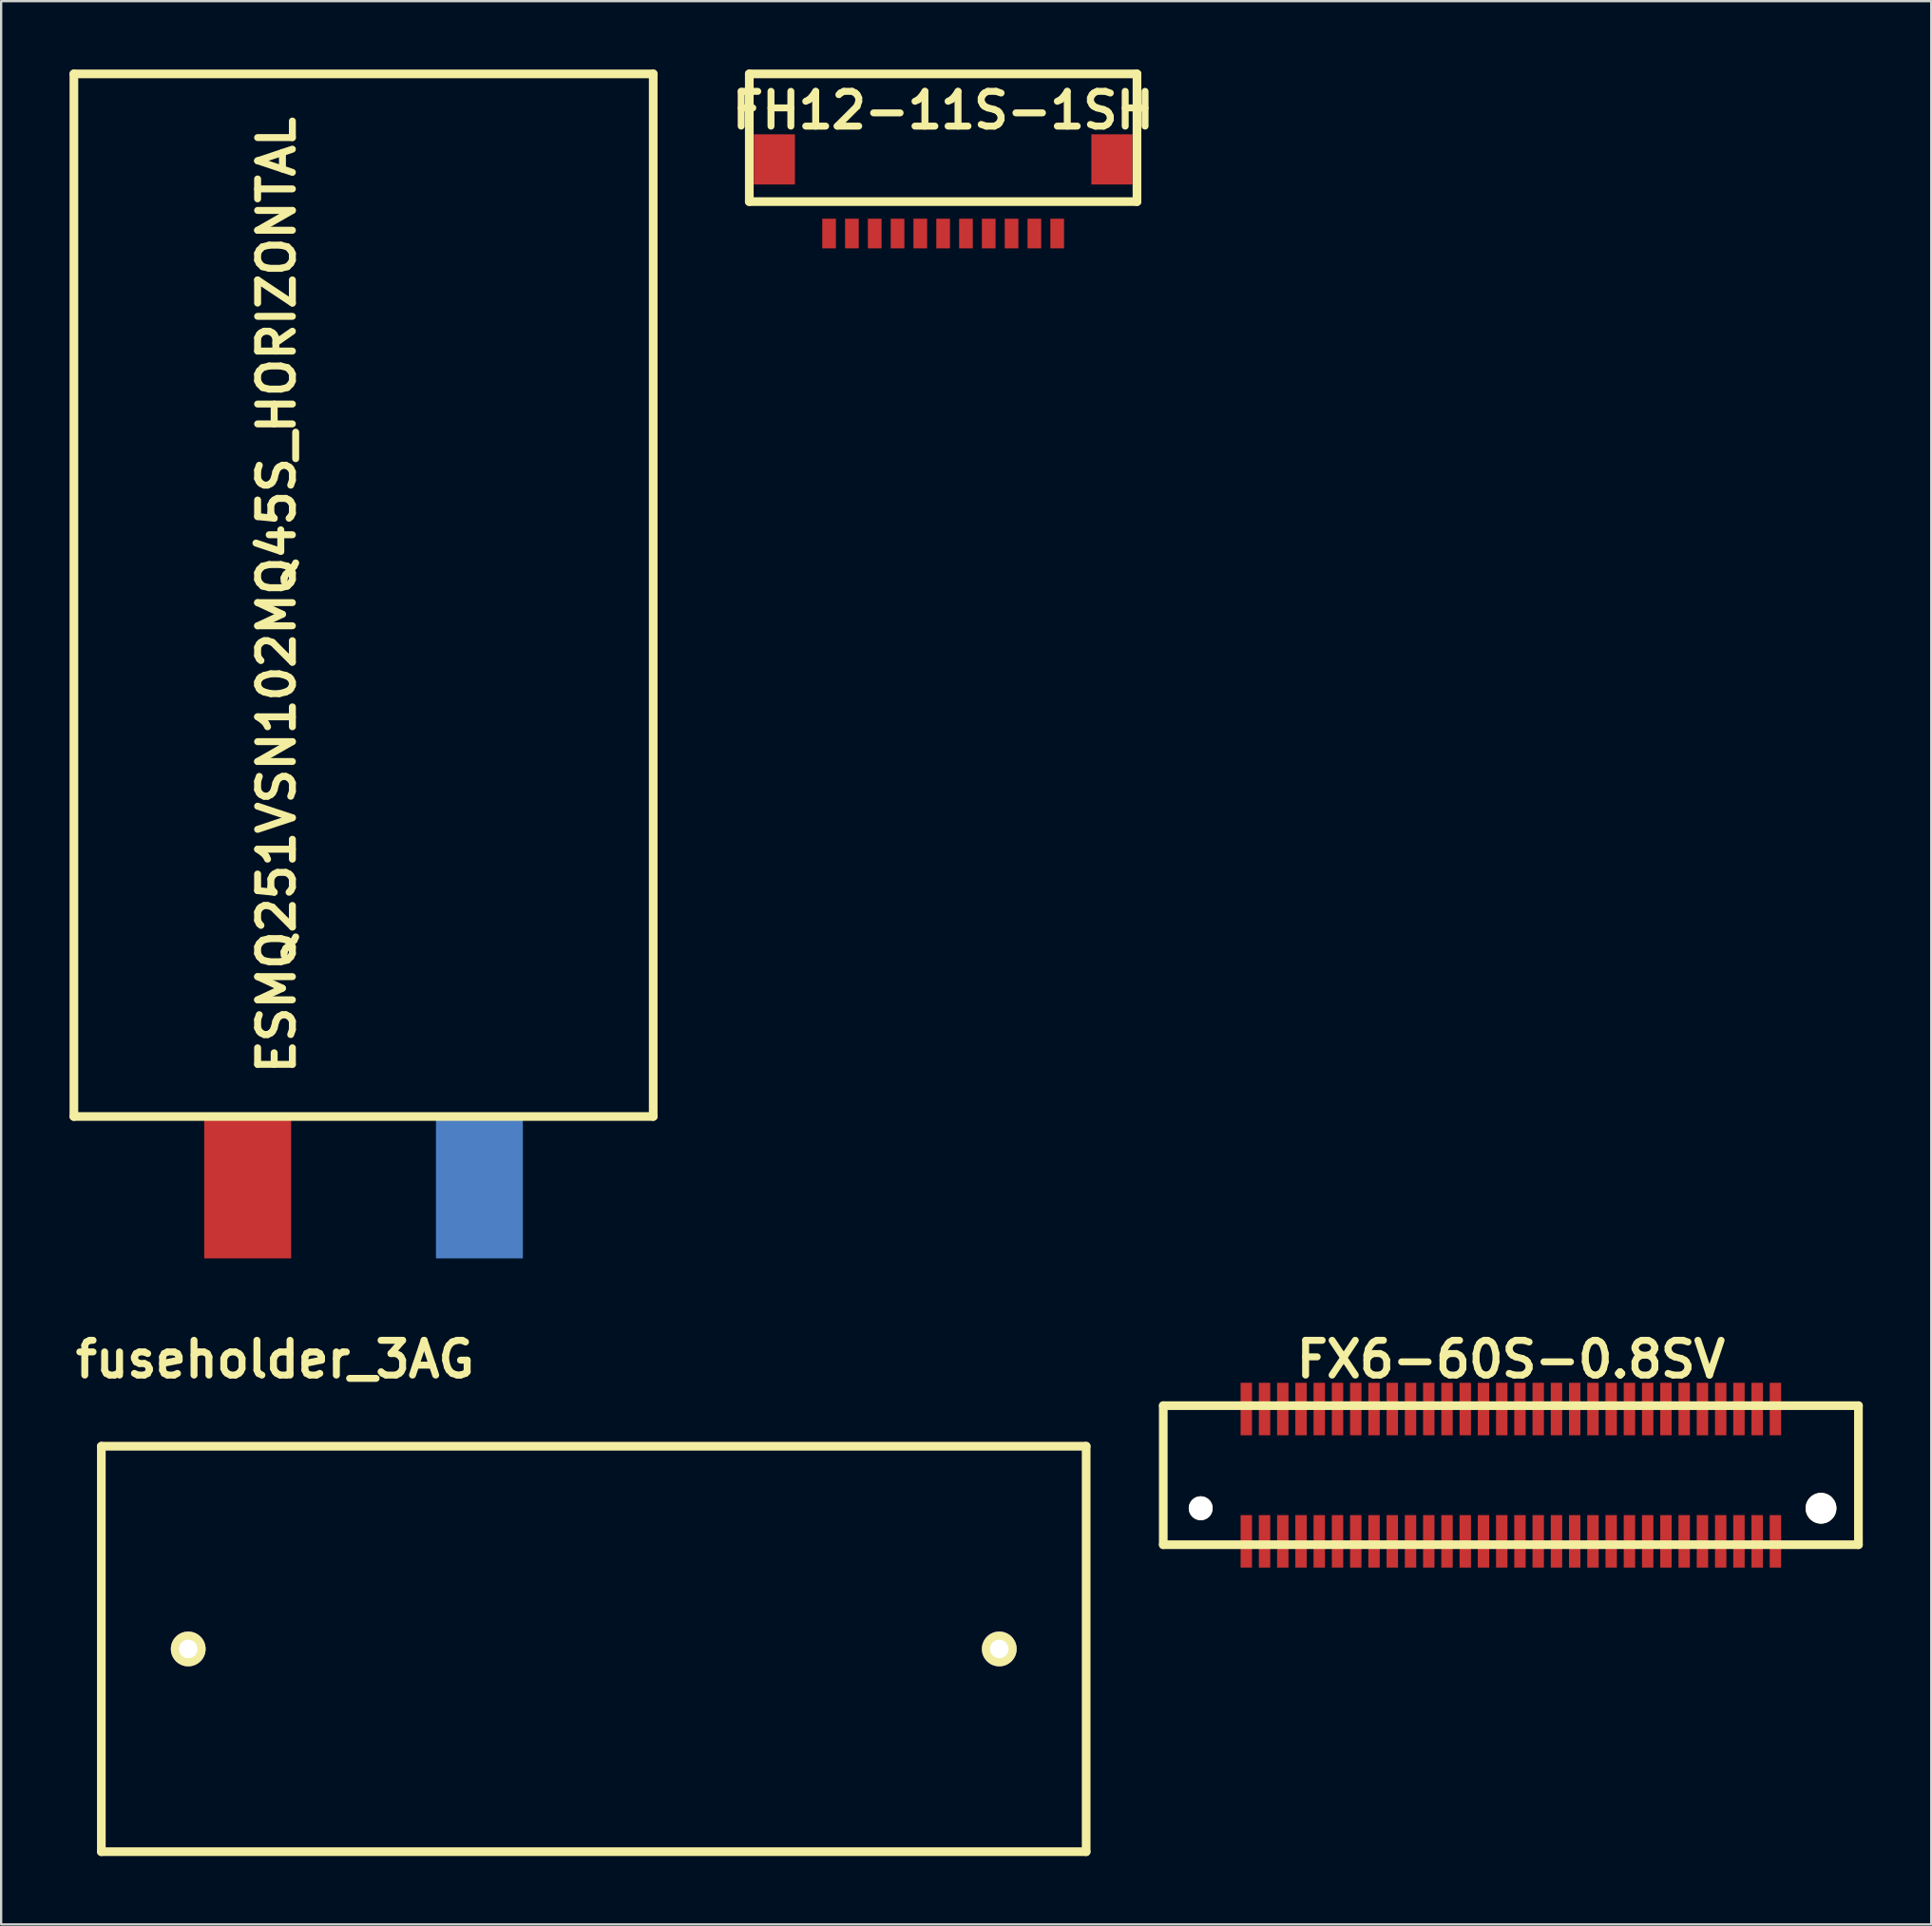
<source format=kicad_pcb>
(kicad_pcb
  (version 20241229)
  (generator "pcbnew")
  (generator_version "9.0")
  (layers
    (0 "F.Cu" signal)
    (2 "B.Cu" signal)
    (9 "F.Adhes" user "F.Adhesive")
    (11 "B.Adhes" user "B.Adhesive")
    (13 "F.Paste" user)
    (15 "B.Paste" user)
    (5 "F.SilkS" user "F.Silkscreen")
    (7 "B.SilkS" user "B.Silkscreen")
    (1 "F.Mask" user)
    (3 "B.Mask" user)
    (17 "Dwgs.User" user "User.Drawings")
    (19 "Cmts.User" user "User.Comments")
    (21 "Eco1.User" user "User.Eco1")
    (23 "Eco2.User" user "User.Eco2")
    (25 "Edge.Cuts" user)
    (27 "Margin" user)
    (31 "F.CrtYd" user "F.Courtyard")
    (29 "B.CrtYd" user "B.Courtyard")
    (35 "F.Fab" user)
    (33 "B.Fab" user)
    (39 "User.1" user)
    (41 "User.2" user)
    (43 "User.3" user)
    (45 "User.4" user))
  (footprint "FX6-60S-0.8SV"
    (layer "F.Cu")
    (at 63.194 61.64)
    (property "Reference" "FX6-60S-0.8SV" (at 0 -5.08 0) (layer "F.SilkS") (effects (font (size 1.524 1.524) (thickness 0.305))))
    (attr through_hole)
    (fp_line (start -15.24 -3.048) (end -15.24 3.048) (stroke (width 0.381) (type solid)) (layer "F.SilkS"))
    (fp_line (start -15.24 3.048) (end 15.24 3.048) (stroke (width 0.381) (type solid)) (layer "F.SilkS"))
    (fp_line (start 15.24 -3.048) (end -15.24 -3.048) (stroke (width 0.381) (type solid)) (layer "F.SilkS"))
    (fp_line (start 15.24 3.048) (end 15.24 -3.048) (stroke (width 0.381) (type solid)) (layer "F.SilkS"))
    (pad "" np_thru_hole circle (at -13.599 1.45) (size 1.049 1.049) (drill 1.049) (layers "*.Cu" "*.Mask" "F.SilkS"))
    (pad "" np_thru_hole circle (at 13.599 1.45) (size 1.349 1.349) (drill 1.349) (layers "*.Cu" "*.Mask" "F.SilkS"))
    (pad "1" smd rect (at 11.6 2.901 180) (size 0.5 2.301) (layers "F.Cu" "F.Mask" "F.Paste"))
    (pad "2" smd rect (at 11.6 -2.901) (size 0.5 2.301) (layers "F.Cu" "F.Mask" "F.Paste"))
    (pad "3" smd rect (at 10.8 2.901 180) (size 0.5 2.301) (layers "F.Cu" "F.Mask" "F.Paste"))
    (pad "4" smd rect (at 10.8 -2.901) (size 0.5 2.301) (layers "F.Cu" "F.Mask" "F.Paste"))
    (pad "5" smd rect (at 10 2.901 180) (size 0.5 2.301) (layers "F.Cu" "F.Mask" "F.Paste"))
    (pad "6" smd rect (at 10 -2.901) (size 0.5 2.301) (layers "F.Cu" "F.Mask" "F.Paste"))
    (pad "7" smd rect (at 9.2 2.901 180) (size 0.5 2.301) (layers "F.Cu" "F.Mask" "F.Paste"))
    (pad "8" smd rect (at 9.2 -2.901) (size 0.5 2.301) (layers "F.Cu" "F.Mask" "F.Paste"))
    (pad "9" smd rect (at 8.4 2.901 180) (size 0.5 2.301) (layers "F.Cu" "F.Mask" "F.Paste"))
    (pad "10" smd rect (at 8.4 -2.901) (size 0.5 2.301) (layers "F.Cu" "F.Mask" "F.Paste"))
    (pad "11" smd rect (at 7.6 2.901 180) (size 0.5 2.301) (layers "F.Cu" "F.Mask" "F.Paste"))
    (pad "12" smd rect (at 7.6 -2.901) (size 0.5 2.301) (layers "F.Cu" "F.Mask" "F.Paste"))
    (pad "13" smd rect (at 6.8 2.901 180) (size 0.5 2.301) (layers "F.Cu" "F.Mask" "F.Paste"))
    (pad "14" smd rect (at 6.8 -2.901) (size 0.5 2.301) (layers "F.Cu" "F.Mask" "F.Paste"))
    (pad "15" smd rect (at 5.999 2.901 180) (size 0.5 2.301) (layers "F.Cu" "F.Mask" "F.Paste"))
    (pad "16" smd rect (at 5.999 -2.901) (size 0.5 2.301) (layers "F.Cu" "F.Mask" "F.Paste"))
    (pad "17" smd rect (at 5.199 2.901 180) (size 0.5 2.301) (layers "F.Cu" "F.Mask" "F.Paste"))
    (pad "18" smd rect (at 5.199 -2.901) (size 0.5 2.301) (layers "F.Cu" "F.Mask" "F.Paste"))
    (pad "19" smd rect (at 4.399 2.901 180) (size 0.5 2.301) (layers "F.Cu" "F.Mask" "F.Paste"))
    (pad "20" smd rect (at 4.399 -2.901) (size 0.5 2.301) (layers "F.Cu" "F.Mask" "F.Paste"))
    (pad "21" smd rect (at 3.599 2.901 180) (size 0.5 2.301) (layers "F.Cu" "F.Mask" "F.Paste"))
    (pad "22" smd rect (at 3.599 -2.901) (size 0.5 2.301) (layers "F.Cu" "F.Mask" "F.Paste"))
    (pad "23" smd rect (at 2.799 2.901 180) (size 0.5 2.301) (layers "F.Cu" "F.Mask" "F.Paste"))
    (pad "24" smd rect (at 2.799 -2.901) (size 0.5 2.301) (layers "F.Cu" "F.Mask" "F.Paste"))
    (pad "25" smd rect (at 1.999 2.901 180) (size 0.5 2.301) (layers "F.Cu" "F.Mask" "F.Paste"))
    (pad "26" smd rect (at 1.999 -2.901) (size 0.5 2.301) (layers "F.Cu" "F.Mask" "F.Paste"))
    (pad "27" smd rect (at 1.199 2.901 180) (size 0.5 2.301) (layers "F.Cu" "F.Mask" "F.Paste"))
    (pad "28" smd rect (at 1.199 -2.901) (size 0.5 2.301) (layers "F.Cu" "F.Mask" "F.Paste"))
    (pad "29" smd rect (at 0.399 2.901 180) (size 0.5 2.301) (layers "F.Cu" "F.Mask" "F.Paste"))
    (pad "30" smd rect (at 0.399 -2.901) (size 0.5 2.301) (layers "F.Cu" "F.Mask" "F.Paste"))
    (pad "31" smd rect (at -0.399 2.901 180) (size 0.5 2.301) (layers "F.Cu" "F.Mask" "F.Paste"))
    (pad "32" smd rect (at -0.399 -2.901) (size 0.5 2.301) (layers "F.Cu" "F.Mask" "F.Paste"))
    (pad "33" smd rect (at -1.199 2.901 180) (size 0.5 2.301) (layers "F.Cu" "F.Mask" "F.Paste"))
    (pad "34" smd rect (at -1.199 -2.901) (size 0.5 2.301) (layers "F.Cu" "F.Mask" "F.Paste"))
    (pad "35" smd rect (at -1.999 2.901 180) (size 0.5 2.301) (layers "F.Cu" "F.Mask" "F.Paste"))
    (pad "36" smd rect (at -1.999 -2.901) (size 0.5 2.301) (layers "F.Cu" "F.Mask" "F.Paste"))
    (pad "37" smd rect (at -2.799 2.901 180) (size 0.5 2.301) (layers "F.Cu" "F.Mask" "F.Paste"))
    (pad "38" smd rect (at -2.799 -2.901) (size 0.5 2.301) (layers "F.Cu" "F.Mask" "F.Paste"))
    (pad "39" smd rect (at -3.599 2.901 180) (size 0.5 2.301) (layers "F.Cu" "F.Mask" "F.Paste"))
    (pad "40" smd rect (at -3.599 -2.901) (size 0.5 2.301) (layers "F.Cu" "F.Mask" "F.Paste"))
    (pad "41" smd rect (at -4.399 2.901 180) (size 0.5 2.301) (layers "F.Cu" "F.Mask" "F.Paste"))
    (pad "42" smd rect (at -4.399 -2.901) (size 0.5 2.301) (layers "F.Cu" "F.Mask" "F.Paste"))
    (pad "43" smd rect (at -5.199 2.901 180) (size 0.5 2.301) (layers "F.Cu" "F.Mask" "F.Paste"))
    (pad "44" smd rect (at -5.199 -2.901) (size 0.5 2.301) (layers "F.Cu" "F.Mask" "F.Paste"))
    (pad "45" smd rect (at -5.999 2.901 180) (size 0.5 2.301) (layers "F.Cu" "F.Mask" "F.Paste"))
    (pad "46" smd rect (at -5.999 -2.901) (size 0.5 2.301) (layers "F.Cu" "F.Mask" "F.Paste"))
    (pad "47" smd rect (at -6.8 2.901 180) (size 0.5 2.301) (layers "F.Cu" "F.Mask" "F.Paste"))
    (pad "48" smd rect (at -6.8 -2.901) (size 0.5 2.301) (layers "F.Cu" "F.Mask" "F.Paste"))
    (pad "49" smd rect (at -7.6 2.901 180) (size 0.5 2.301) (layers "F.Cu" "F.Mask" "F.Paste"))
    (pad "50" smd rect (at -7.6 -2.901) (size 0.5 2.301) (layers "F.Cu" "F.Mask" "F.Paste"))
    (pad "51" smd rect (at -8.4 2.901 180) (size 0.5 2.301) (layers "F.Cu" "F.Mask" "F.Paste"))
    (pad "52" smd rect (at -8.4 -2.901) (size 0.5 2.301) (layers "F.Cu" "F.Mask" "F.Paste"))
    (pad "53" smd rect (at -9.2 2.901 180) (size 0.5 2.301) (layers "F.Cu" "F.Mask" "F.Paste"))
    (pad "54" smd rect (at -9.2 -2.901) (size 0.5 2.301) (layers "F.Cu" "F.Mask" "F.Paste"))
    (pad "55" smd rect (at -10 2.901 180) (size 0.5 2.301) (layers "F.Cu" "F.Mask" "F.Paste"))
    (pad "56" smd rect (at -10 -2.901) (size 0.5 2.301) (layers "F.Cu" "F.Mask" "F.Paste"))
    (pad "57" smd rect (at -10.8 2.901 180) (size 0.5 2.301) (layers "F.Cu" "F.Mask" "F.Paste"))
    (pad "58" smd rect (at -10.8 -2.901) (size 0.5 2.301) (layers "F.Cu" "F.Mask" "F.Paste"))
    (pad "59" smd rect (at -11.6 2.901 180) (size 0.5 2.301) (layers "F.Cu" "F.Mask" "F.Paste"))
    (pad "60" smd rect (at -11.6 -2.901) (size 0.5 2.301) (layers "F.Cu" "F.Mask" "F.Paste")))
  (footprint "ESMQ251VSN102MQ45S_HORIZONTAL"
    (layer "F.Cu")
    (at 12.89 45.91)
    (property "Reference" "ESMQ251VSN102MQ45S_HORIZONTAL" (at -3.81 -22.86 90) (layer "F.SilkS") (effects (font (size 1.524 1.524) (thickness 0.305))))
    (attr through_hole)
    (fp_line (start -12.7 -45.72) (end -12.7 0) (stroke (width 0.381) (type solid)) (layer "F.SilkS"))
    (fp_line (start -12.7 0) (end 12.7 0) (stroke (width 0.381) (type solid)) (layer "F.SilkS"))
    (fp_line (start 12.7 -45.72) (end -12.7 -45.72) (stroke (width 0.381) (type solid)) (layer "F.SilkS"))
    (fp_line (start 12.7 0) (end 12.7 -45.72) (stroke (width 0.381) (type solid)) (layer "F.SilkS"))
    (pad "1" smd rect (at -5.08 3.048) (size 3.81 6.35) (layers "F.Cu" "F.Mask"))
    (pad "2" smd rect (at 5.08 3.048) (size 3.81 6.35) (layers "B.Cu" "B.Mask")))
  (footprint "fuseholder_3AG"
    (layer "F.Cu")
    (at 22.983 69.26)
    (property "Reference" "fuseholder_3AG" (at -13.97 -12.7 0) (layer "F.SilkS") (effects (font (size 1.524 1.524) (thickness 0.305))))
    (attr through_hole)
    (fp_line (start -21.59 -8.89) (end 21.59 -8.89) (stroke (width 0.381) (type solid)) (layer "F.SilkS"))
    (fp_line (start -21.59 8.89) (end -21.59 -8.89) (stroke (width 0.381) (type solid)) (layer "F.SilkS"))
    (fp_line (start 21.59 -8.89) (end 21.59 8.89) (stroke (width 0.381) (type solid)) (layer "F.SilkS"))
    (fp_line (start 21.59 8.89) (end -21.59 8.89) (stroke (width 0.381) (type solid)) (layer "F.SilkS"))
    (pad "1" thru_hole circle (at 17.78 0) (size 1.524 1.524) (drill 0.813) (layers "*.Cu" "*.Mask" "F.SilkS"))
    (pad "2" thru_hole circle (at -17.78 0) (size 1.524 1.524) (drill 0.813) (layers "*.Cu" "*.Mask" "F.SilkS")))
  (footprint "FH12-11S-1SH"
    (layer "F.Cu")
    (at 38.302 7.191)
    (property "Reference" "FH12-11S-1SH" (at 0 -5.4 0) (layer "F.SilkS") (effects (font (size 1.524 1.524) (thickness 0.305))))
    (attr through_hole)
    (fp_line (start -8.499 -7) (end -8.499 -1.4) (stroke (width 0.381) (type solid)) (layer "F.SilkS"))
    (fp_line (start -8.499 -1.4) (end 8.499 -1.4) (stroke (width 0.381) (type solid)) (layer "F.SilkS"))
    (fp_line (start 8.499 -7) (end -8.499 -7) (stroke (width 0.381) (type solid)) (layer "F.SilkS"))
    (fp_line (start 8.499 -1.4) (end 8.499 -7) (stroke (width 0.381) (type solid)) (layer "F.SilkS"))
    (pad "" smd rect (at -7.399 -3.251) (size 1.801 2.2) (layers "F.Cu" "F.Mask" "F.Paste"))
    (pad "" smd rect (at 7.399 -3.251) (size 1.801 2.2) (layers "F.Cu" "F.Mask" "F.Paste"))
    (pad "1" smd rect (at 5.001 0) (size 0.599 1.3) (layers "F.Cu" "F.Mask" "F.Paste"))
    (pad "2" smd rect (at 4 0) (size 0.599 1.3) (layers "F.Cu" "F.Mask" "F.Paste"))
    (pad "3" smd rect (at 3 0) (size 0.599 1.3) (layers "F.Cu" "F.Mask" "F.Paste"))
    (pad "4" smd rect (at 1.999 0) (size 0.599 1.3) (layers "F.Cu" "F.Mask" "F.Paste"))
    (pad "5" smd rect (at 1.001 0) (size 0.599 1.3) (layers "F.Cu" "F.Mask" "F.Paste"))
    (pad "6" smd rect (at 0 0) (size 0.599 1.3) (layers "F.Cu" "F.Mask" "F.Paste"))
    (pad "7" smd rect (at -1.001 0) (size 0.599 1.3) (layers "F.Cu" "F.Mask" "F.Paste"))
    (pad "8" smd rect (at -1.999 0) (size 0.599 1.3) (layers "F.Cu" "F.Mask" "F.Paste"))
    (pad "9" smd rect (at -3 0) (size 0.599 1.3) (layers "F.Cu" "F.Mask" "F.Paste"))
    (pad "10" smd rect (at -4 0) (size 0.599 1.3) (layers "F.Cu" "F.Mask" "F.Paste"))
    (pad "11" smd rect (at -5.001 0) (size 0.599 1.3) (layers "F.Cu" "F.Mask" "F.Paste")))
  (gr_rect
    (start -3 -3)
    (end 81.625 81.34)
    (stroke (width 0.1) (type default))
    (fill no)
    (layer "Edge.Cuts")))
</source>
